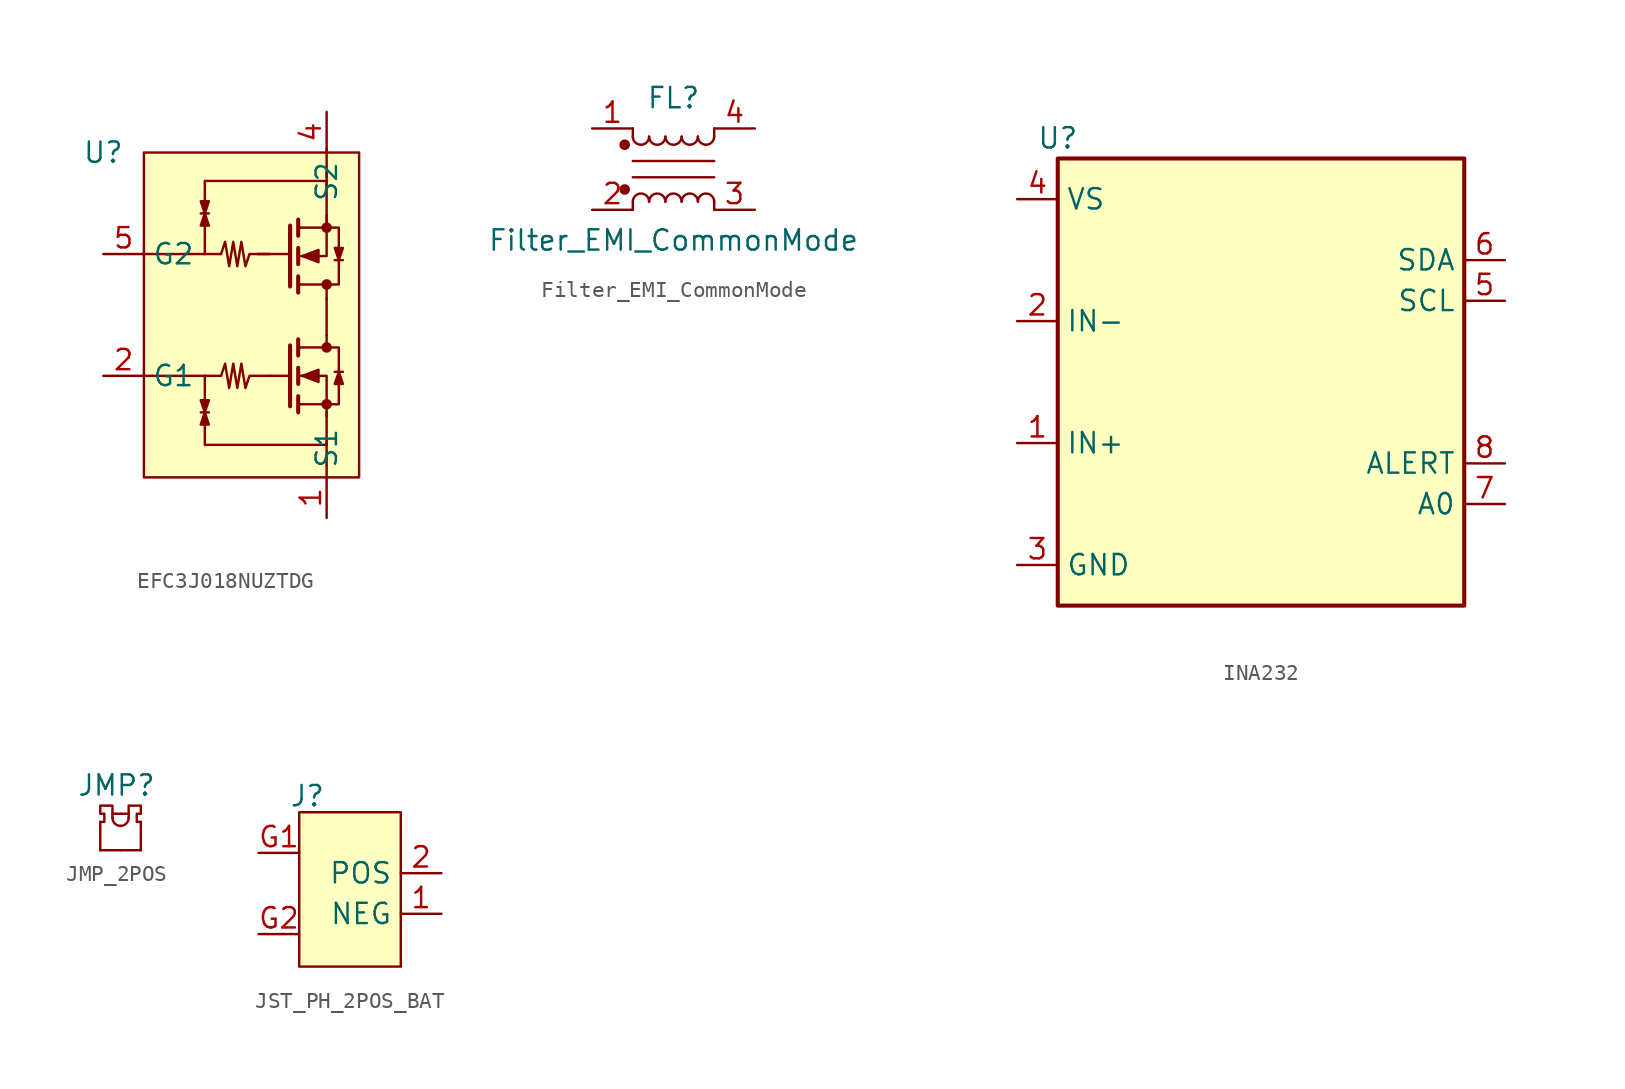
<source format=kicad_sym>
(kicad_symbol_lib
  (version 20241209)
  (generator "kicad_symbol_editor")
  (generator_version "9.0")
  (symbol "EFC3J018NUZTDG"
    (property "Reference" "U"
      (at 0 0 0)
      (effects (font (size 1.27 1.27))))
    (property "Value" ""
      (at 0 0 0)
      (effects (font (size 1.27 1.27))))
    (symbol "EFC3J018NUZTDG_0_1"
      (polyline (pts (xy 2.54 -13.97) (xy 6.35 -13.97)) (stroke (width 0) (type default)) (fill (type none)))
      (polyline (pts (xy 6.096 -3.81) (xy 6.604 -3.81)) (stroke (width 0) (type default)) (fill (type none)))
      (polyline (pts (xy 6.096 -16.256) (xy 6.604 -16.256)) (stroke (width 0) (type default)) (fill (type none)))
      (polyline (pts (xy 6.35 -3.302) (xy 6.35 -1.778) (xy 13.97 -1.778) (xy 13.97 -4.318)) (stroke (width 0) (type default)) (fill (type none)))
      (polyline (pts (xy 6.35 -3.81) (xy 6.096 -4.572) (xy 6.604 -4.572) (xy 6.35 -3.81)) (stroke (width 0) (type default)) (fill (type outline)))
      (polyline (pts (xy 6.35 -3.81) (xy 6.604 -3.048) (xy 6.096 -3.048) (xy 6.35 -3.81)) (stroke (width 0) (type default)) (fill (type outline)))
      (polyline (pts (xy 6.35 -6.35) (xy 2.54 -6.35)) (stroke (width 0) (type default)) (fill (type none)))
      (polyline (pts (xy 6.35 -6.35) (xy 6.35 -4.318)) (stroke (width 0) (type default)) (fill (type none)))
      (polyline (pts (xy 6.35 -13.97) (xy 6.35 -15.494)) (stroke (width 0) (type default)) (fill (type none)))
      (polyline (pts (xy 6.35 -16.256) (xy 6.096 -17.018) (xy 6.604 -17.018) (xy 6.35 -16.256)) (stroke (width 0) (type default)) (fill (type outline)))
      (polyline (pts (xy 6.35 -16.256) (xy 6.604 -15.494) (xy 6.096 -15.494) (xy 6.35 -16.256)) (stroke (width 0) (type default)) (fill (type outline)))
      (polyline (pts (xy 6.35 -16.51) (xy 6.35 -18.288) (xy 13.97 -18.288) (xy 13.97 -16.256)) (stroke (width 0) (type default)) (fill (type none)))
      (polyline (pts (xy 7.366 -6.35) (xy 6.35 -6.35)) (stroke (width 0) (type default)) (fill (type none)))
      (polyline (pts (xy 7.366 -6.35) (xy 7.62 -5.588) (xy 7.874 -7.112) (xy 8.128 -5.588) (xy 8.382 -7.112) (xy 8.636 -5.588) (xy 8.89 -7.112) (xy 9.144 -6.35) (xy 10.414 -6.35)) (stroke (width 0) (type default)) (fill (type none)))
      (polyline (pts (xy 7.366 -13.97) (xy 6.35 -13.97)) (stroke (width 0) (type default)) (fill (type none)))
      (polyline (pts (xy 7.366 -13.97) (xy 7.62 -13.208) (xy 7.874 -14.732) (xy 8.128 -13.208) (xy 8.382 -14.732) (xy 8.636 -13.208) (xy 8.89 -14.732) (xy 9.144 -13.97) (xy 10.414 -13.97)) (stroke (width 0) (type default)) (fill (type none)))
      (polyline (pts (xy 11.684 -6.35) (xy 9.652 -6.35)) (stroke (width 0) (type default)) (fill (type none)))
      (polyline (pts (xy 11.684 -8.382) (xy 11.684 -4.572)) (stroke (width 0.254) (type default)) (fill (type none)))
      (polyline (pts (xy 11.684 -12.065) (xy 11.684 -15.875)) (stroke (width 0.254) (type default)) (fill (type none)))
      (polyline (pts (xy 11.684 -13.97) (xy 10.414 -13.97)) (stroke (width 0) (type default)) (fill (type none)))
      (polyline (pts (xy 12.192 -4.699) (xy 14.732 -4.699) (xy 14.732 -8.255) (xy 12.192 -8.255)) (stroke (width 0) (type default)) (fill (type none)))
      (polyline (pts (xy 12.192 -5.207) (xy 12.192 -4.191)) (stroke (width 0.254) (type default)) (fill (type none)))
      (polyline (pts (xy 12.192 -6.985) (xy 12.192 -5.969)) (stroke (width 0.254) (type default)) (fill (type none)))
      (polyline (pts (xy 12.192 -8.763) (xy 12.192 -7.747)) (stroke (width 0.254) (type default)) (fill (type none)))
      (polyline (pts (xy 12.192 -11.684) (xy 12.192 -12.7)) (stroke (width 0.254) (type default)) (fill (type none)))
      (polyline (pts (xy 12.192 -13.462) (xy 12.192 -14.478)) (stroke (width 0.254) (type default)) (fill (type none)))
      (polyline (pts (xy 12.192 -15.24) (xy 12.192 -16.256)) (stroke (width 0.254) (type default)) (fill (type none)))
      (polyline (pts (xy 12.192 -15.748) (xy 14.732 -15.748) (xy 14.732 -12.192) (xy 12.192 -12.192)) (stroke (width 0) (type default)) (fill (type none)))
      (polyline (pts (xy 12.446 -6.477) (xy 13.462 -6.858) (xy 13.462 -6.096) (xy 12.446 -6.477)) (stroke (width 0) (type default)) (fill (type outline)))
      (polyline (pts (xy 12.446 -13.97) (xy 13.462 -13.589) (xy 13.462 -14.351) (xy 12.446 -13.97)) (stroke (width 0) (type default)) (fill (type outline)))
      (polyline (pts (xy 13.97 -1.27) (xy 13.97 -2.286)) (stroke (width 0) (type default)) (fill (type none)))
      (polyline (pts (xy 13.97 -1.524) (xy 13.97 0.254)) (stroke (width 0) (type default)) (fill (type none)))
      (polyline (pts (xy 13.97 -3.937) (xy 13.97 -6.477) (xy 12.192 -6.477)) (stroke (width 0) (type default)) (fill (type none)))
      (circle (center 13.97 -4.699) (radius 0.254) (stroke (width 0) (type default)) (fill (type outline)))
      (circle (center 13.97 -8.255) (radius 0.254) (stroke (width 0) (type default)) (fill (type outline)))
      (polyline (pts (xy 13.97 -9.144) (xy 13.97 -8.255)) (stroke (width 0) (type default)) (fill (type none)))
      (polyline (pts (xy 13.97 -9.144) (xy 13.97 -11.43)) (stroke (width 0) (type default)) (fill (type none)))
      (polyline (pts (xy 13.97 -11.43) (xy 13.97 -12.192)) (stroke (width 0) (type default)) (fill (type none)))
      (circle (center 13.97 -12.192) (radius 0.254) (stroke (width 0) (type default)) (fill (type outline)))
      (circle (center 13.97 -15.748) (radius 0.254) (stroke (width 0) (type default)) (fill (type outline)))
      (polyline (pts (xy 13.97 -16.51) (xy 13.97 -13.97) (xy 12.192 -13.97)) (stroke (width 0) (type default)) (fill (type none)))
      (polyline (pts (xy 13.97 -19.558) (xy 13.97 -18.034)) (stroke (width 0) (type default)) (fill (type none)))
      (polyline (pts (xy 13.97 -20.32) (xy 13.97 -19.558)) (stroke (width 0) (type default)) (fill (type none)))
      (polyline (pts (xy 14.478 -6.731) (xy 14.986 -6.731)) (stroke (width 0) (type default)) (fill (type none)))
      (polyline (pts (xy 14.478 -13.716) (xy 14.986 -13.716)) (stroke (width 0) (type default)) (fill (type none)))
      (polyline (pts (xy 14.732 -6.731) (xy 14.478 -5.969) (xy 14.986 -5.969) (xy 14.732 -6.731)) (stroke (width 0) (type default)) (fill (type outline)))
      (polyline (pts (xy 14.732 -13.716) (xy 14.478 -14.478) (xy 14.986 -14.478) (xy 14.732 -13.716)) (stroke (width 0) (type default)) (fill (type outline))))
    (symbol "EFC3J018NUZTDG_1_1"
      (rectangle (start 2.54 0) (end 16.002 -20.32) (stroke (width 0) (type default)) (fill (type background)))
      (pin input line (at 0 -6.35 0) (length 2.54) (name "G2" (effects (font (size 1.27 1.27)))) (number "5" (effects (font (size 1.27 1.27)))))
      (pin input line (at 0 -13.97 0) (length 2.54) (name "G1" (effects (font (size 1.27 1.27)))) (number "2" (effects (font (size 1.27 1.27)))))
      (pin passive line (at 13.97 2.54 270) (length 2.54) (name "S2" (effects (font (size 1.27 1.27)))) (number "4" (effects (font (size 1.27 1.27)))))
      (pin passive line (at 13.97 2.54 270) (length 2.54) (hide yes) (name "S2" (effects (font (size 1.27 1.27)))) (number "6" (effects (font (size 1.27 1.27)))))
      (pin passive line (at 13.97 -22.86 90) (length 2.54) (name "S1" (effects (font (size 1.27 1.27)))) (number "1" (effects (font (size 1.27 1.27)))))
      (pin passive line (at 13.97 -22.86 90) (length 2.54) (hide yes) (name "S1" (effects (font (size 1.27 1.27)))) (number "3" (effects (font (size 1.27 1.27)))))))
  (symbol "Filter_EMI_CommonMode"
    (pin_names
      (offset 0.254)
      (hide yes))
    (property "Reference" "FL"
      (at 0 4.445 0)
      (effects (font (size 1.27 1.27))))
    (property "Value" "Filter_EMI_CommonMode"
      (at 0 -4.445 0)
      (effects (font (size 1.27 1.27))))
    (symbol "Filter_EMI_CommonMode_0_1"
      (circle (center -3.048 1.524) (radius 0.254) (stroke (width 0) (type default)) (fill (type outline)))
      (circle (center -3.048 -1.27) (radius 0.254) (stroke (width 0) (type default)) (fill (type outline)))
      (polyline (pts (xy -2.54 2.032) (xy -2.54 2.54)) (stroke (width 0) (type default)) (fill (type none)))
      (polyline (pts (xy -2.54 0.508) (xy 2.54 0.508)) (stroke (width 0) (type default)) (fill (type none)))
      (polyline (pts (xy -2.54 -2.032) (xy -2.54 -2.54)) (stroke (width 0) (type default)) (fill (type none)))
      (arc (start -1.524 2.032) (mid -2.032 1.5262) (end -2.54 2.032) (stroke (width 0) (type default)) (fill (type none)))
      (arc (start -2.54 -2.032) (mid -2.032 -1.5262) (end -1.524 -2.032) (stroke (width 0) (type default)) (fill (type none)))
      (arc (start -0.508 2.032) (mid -1.016 1.5262) (end -1.524 2.032) (stroke (width 0) (type default)) (fill (type none)))
      (arc (start -1.524 -2.032) (mid -1.016 -1.5262) (end -0.508 -2.032) (stroke (width 0) (type default)) (fill (type none)))
      (arc (start 0.508 2.032) (mid 0 1.5262) (end -0.508 2.032) (stroke (width 0) (type default)) (fill (type none)))
      (arc (start -0.508 -2.032) (mid 0 -1.5262) (end 0.508 -2.032) (stroke (width 0) (type default)) (fill (type none)))
      (arc (start 1.524 2.032) (mid 1.016 1.5262) (end 0.508 2.032) (stroke (width 0) (type default)) (fill (type none)))
      (arc (start 0.508 -2.032) (mid 1.016 -1.5262) (end 1.524 -2.032) (stroke (width 0) (type default)) (fill (type none)))
      (arc (start 2.54 2.032) (mid 2.032 1.5262) (end 1.524 2.032) (stroke (width 0) (type default)) (fill (type none)))
      (arc (start 1.524 -2.032) (mid 2.032 -1.5262) (end 2.54 -2.032) (stroke (width 0) (type default)) (fill (type none)))
      (polyline (pts (xy 2.54 2.54) (xy 2.54 2.032)) (stroke (width 0) (type default)) (fill (type none)))
      (polyline (pts (xy 2.54 -0.508) (xy -2.54 -0.508)) (stroke (width 0) (type default)) (fill (type none)))
      (polyline (pts (xy 2.54 -2.032) (xy 2.54 -2.54)) (stroke (width 0) (type default)) (fill (type none))))
    (symbol "Filter_EMI_CommonMode_1_1"
      (pin passive line (at -5.08 2.54 0) (length 2.54) (name "1" (effects (font (size 1.27 1.27)))) (number "1" (effects (font (size 1.27 1.27)))))
      (pin passive line (at -5.08 -2.54 0) (length 2.54) (name "2" (effects (font (size 1.27 1.27)))) (number "2" (effects (font (size 1.27 1.27)))))
      (pin passive line (at 5.08 2.54 180) (length 2.54) (name "4" (effects (font (size 1.27 1.27)))) (number "4" (effects (font (size 1.27 1.27)))))
      (pin passive line (at 5.08 -2.54 180) (length 2.54) (name "3" (effects (font (size 1.27 1.27)))) (number "3" (effects (font (size 1.27 1.27)))))))
  (symbol "INA232"
    (property "Reference" "U"
      (at -12.7 15.24 0)
      (effects (font (size 1.27 1.27))))
    (property "Value" ""
      (at -12.7 16.51 0)
      (effects (font (size 1.27 1.27))))
    (symbol "INA232_1_1"
      (rectangle (start -12.7 13.97) (end 12.7 -13.97) (stroke (width 0.254) (type default)) (fill (type background)))
      (pin passive line (at -15.24 11.43 0) (length 2.54) (name "VS" (effects (font (size 1.27 1.27)))) (number "4" (effects (font (size 1.27 1.27)))))
      (pin passive line (at -15.24 3.81 0) (length 2.54) (name "IN-" (effects (font (size 1.27 1.27)))) (number "2" (effects (font (size 1.27 1.27)))))
      (pin passive line (at -15.24 -3.81 0) (length 2.54) (name "IN+" (effects (font (size 1.27 1.27)))) (number "1" (effects (font (size 1.27 1.27)))))
      (pin passive line (at -15.24 -11.43 0) (length 2.54) (name "GND" (effects (font (size 1.27 1.27)))) (number "3" (effects (font (size 1.27 1.27)))))
      (pin passive line (at 15.24 7.62 180) (length 2.54) (name "SDA" (effects (font (size 1.27 1.27)))) (number "6" (effects (font (size 1.27 1.27)))))
      (pin passive line (at 15.24 5.08 180) (length 2.54) (name "SCL" (effects (font (size 1.27 1.27)))) (number "5" (effects (font (size 1.27 1.27)))))
      (pin passive line (at 15.24 -5.08 180) (length 2.54) (name "ALERT" (effects (font (size 1.27 1.27)))) (number "8" (effects (font (size 1.27 1.27)))))
      (pin passive line (at 15.24 -7.62 180) (length 2.54) (name "A0" (effects (font (size 1.27 1.27)))) (number "7" (effects (font (size 1.27 1.27)))))))
  (symbol "JMP_2POS"
    (property "Reference" "JMP"
      (at 1.016 1.27 0)
      (effects (font (size 1.27 1.27))))
    (property "Value" ""
      (at 2.032 1.016 0)
      (effects (font (size 1.27 1.27))))
    (symbol "JMP_2POS_0_1"
      (polyline (pts (xy 0 -1.016) (xy 0.254 -1.016) (xy 0.254 -0.508) (xy 0 -0.508) (xy 0 0) (xy 0.762 0) (xy 0.762 -0.762)) (stroke (width 0) (type default)) (fill (type none)))
      (polyline (pts (xy 0 -2.794) (xy 0 -1.016)) (stroke (width 0) (type default)) (fill (type none)))
      (polyline (pts (xy 0.762 -0.508) (xy 1.27 -0.508)) (stroke (width 0) (type default)) (fill (type none)))
      (arc (start 1.778 -0.762) (mid 1.6285 -1.1199) (end 1.27 -1.27) (stroke (width 0) (type default)) (fill (type none)))
      (arc (start 1.27 -1.27) (mid 0.9108 -1.1212) (end 0.762 -0.762) (stroke (width 0) (type default)) (fill (type none)))
      (polyline (pts (xy 1.27 -2.794) (xy 0 -2.794)) (stroke (width 0) (type default)) (fill (type none)))
      (polyline (pts (xy 1.27 -2.794) (xy 2.54 -2.794)) (stroke (width 0) (type default)) (fill (type none)))
      (polyline (pts (xy 1.778 -0.508) (xy 1.27 -0.508)) (stroke (width 0) (type default)) (fill (type none)))
      (polyline (pts (xy 2.54 -1.016) (xy 2.286 -1.016) (xy 2.286 -0.508) (xy 2.54 -0.508) (xy 2.54 0) (xy 1.778 0) (xy 1.778 -0.762)) (stroke (width 0) (type default)) (fill (type none)))
      (polyline (pts (xy 2.54 -2.794) (xy 2.54 -1.016)) (stroke (width 0) (type default)) (fill (type none)))))
  (symbol "JST_PH_2POS_BAT"
    (property "Reference" "J"
      (at 0.508 1.016 0)
      (effects (font (size 1.27 1.27))))
    (property "Value" ""
      (at 0 -1.27 0)
      (effects (font (size 1.27 1.27))))
    (symbol "JST_PH_2POS_BAT_1_1"
      (rectangle (start 0 0) (end 6.35 -9.652) (stroke (width 0) (type default)) (fill (type background)))
      (pin input line (at -2.54 -2.54 0) (length 2.54) (name "" (effects (font (size 1.27 1.27)))) (number "G1" (effects (font (size 1.27 1.27)))))
      (pin input line (at -2.54 -7.62 0) (length 2.54) (name "" (effects (font (size 1.27 1.27)))) (number "G2" (effects (font (size 1.27 1.27)))))
      (pin input line (at 8.89 -3.81 180) (length 2.54) (name "POS" (effects (font (size 1.27 1.27)))) (number "2" (effects (font (size 1.27 1.27)))))
      (pin input line (at 8.89 -6.35 180) (length 2.54) (name "NEG" (effects (font (size 1.27 1.27)))) (number "1" (effects (font (size 1.27 1.27))))))))
</source>
